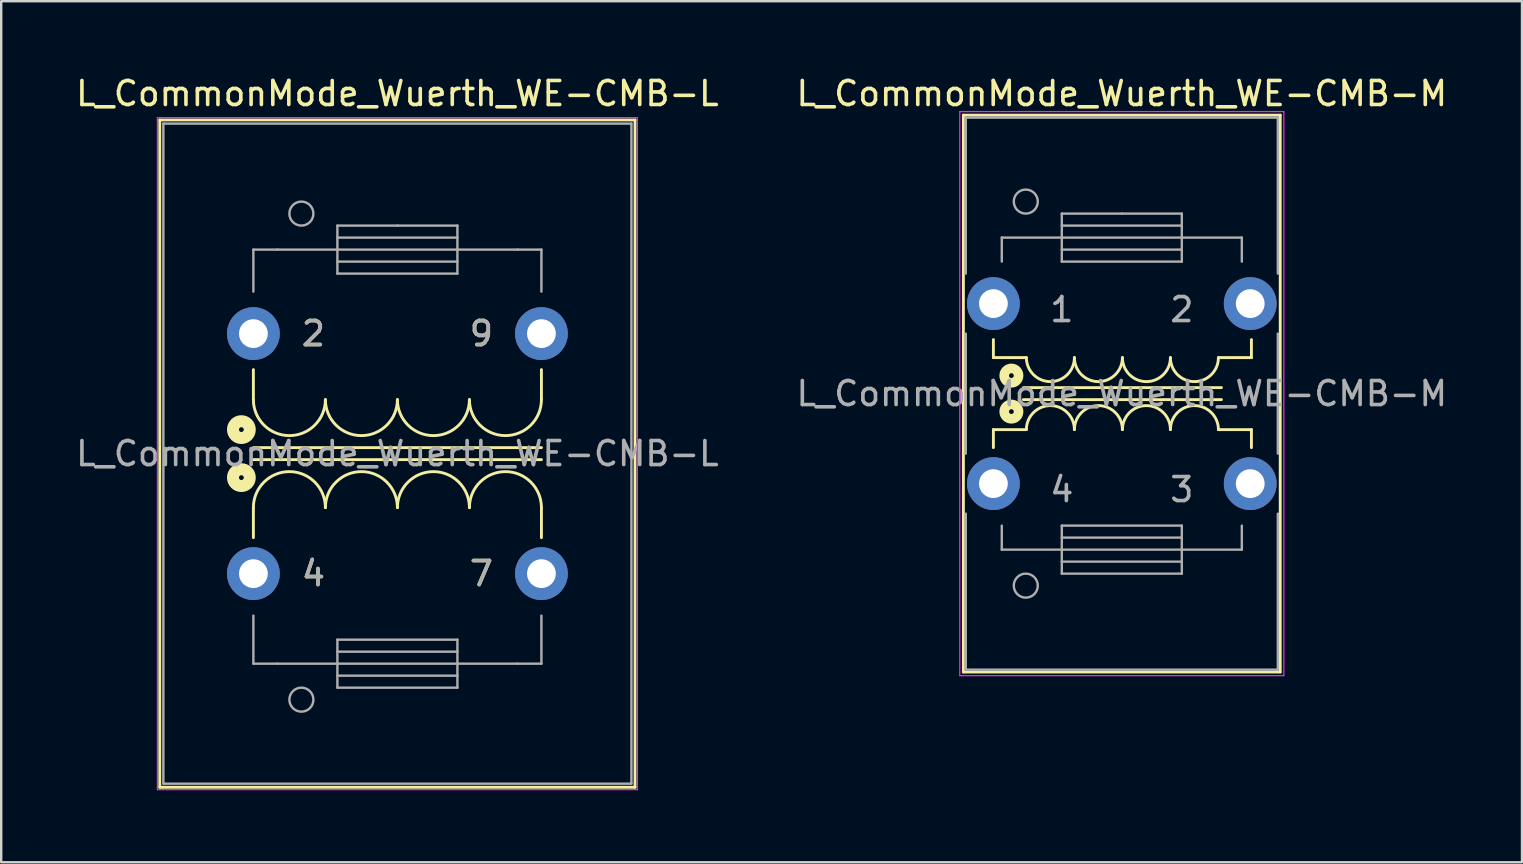
<source format=kicad_pcb>
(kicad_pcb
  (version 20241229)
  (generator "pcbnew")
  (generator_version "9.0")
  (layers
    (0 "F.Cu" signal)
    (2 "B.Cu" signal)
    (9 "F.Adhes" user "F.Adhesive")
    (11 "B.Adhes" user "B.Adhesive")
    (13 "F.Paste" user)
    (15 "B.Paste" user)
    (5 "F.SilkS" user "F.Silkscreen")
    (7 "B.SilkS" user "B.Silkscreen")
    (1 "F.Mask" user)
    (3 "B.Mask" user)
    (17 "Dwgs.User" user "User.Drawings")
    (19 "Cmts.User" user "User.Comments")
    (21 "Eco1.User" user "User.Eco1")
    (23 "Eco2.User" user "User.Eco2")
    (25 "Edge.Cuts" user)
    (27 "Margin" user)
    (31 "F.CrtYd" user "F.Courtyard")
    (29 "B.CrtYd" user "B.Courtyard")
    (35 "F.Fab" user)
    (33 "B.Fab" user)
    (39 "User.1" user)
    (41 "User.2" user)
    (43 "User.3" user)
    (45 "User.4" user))
  (footprint "L_CommonMode_Wuerth_WE-CMB-M"
    (layer "F.Cu")
    (at 38.335 9.598)
    (property "Reference" "L_CommonMode_Wuerth_WE-CMB-M" (at 5.35 -8.75 0) (layer "F.SilkS") (effects (font (size 1 1) (thickness 0.15))))
    (attr through_hole)
    (fp_line (start -1.25 -7.85) (end 11.95 -7.85) (stroke (width 0.12) (type solid)) (layer "F.SilkS"))
    (fp_line (start -1.25 15.35) (end -1.25 -7.85) (stroke (width 0.12) (type solid)) (layer "F.SilkS"))
    (fp_line (start 0 1.5) (end 0 2.25) (stroke (width 0.12) (type solid)) (layer "F.SilkS"))
    (fp_line (start 0 2.25) (end 1.375 2.25) (stroke (width 0.12) (type solid)) (layer "F.SilkS"))
    (fp_line (start 0 6) (end 0 5.25) (stroke (width 0.12) (type solid)) (layer "F.SilkS"))
    (fp_line (start 1.25 3.5) (end 9.5 3.5) (stroke (width 0.12) (type solid)) (layer "F.SilkS"))
    (fp_line (start 1.375 5.25) (end 0 5.25) (stroke (width 0.12) (type solid)) (layer "F.SilkS"))
    (fp_line (start 9.375 2.25) (end 10.75 2.25) (stroke (width 0.12) (type solid)) (layer "F.SilkS"))
    (fp_line (start 9.5 4) (end 1.25 4) (stroke (width 0.12) (type solid)) (layer "F.SilkS"))
    (fp_line (start 10.75 1.5) (end 10.75 2.25) (stroke (width 0.12) (type solid)) (layer "F.SilkS"))
    (fp_line (start 10.75 5.25) (end 9.375 5.25) (stroke (width 0.12) (type solid)) (layer "F.SilkS"))
    (fp_line (start 10.75 6) (end 10.75 5.25) (stroke (width 0.12) (type solid)) (layer "F.SilkS"))
    (fp_line (start 11.95 -7.85) (end 11.95 15.35) (stroke (width 0.12) (type solid)) (layer "F.SilkS"))
    (fp_line (start 11.95 15.35) (end -1.25 15.35) (stroke (width 0.12) (type solid)) (layer "F.SilkS"))
    (fp_arc (start 1.375 5.25) (mid 2.375 4.25) (end 3.375 5.25) (stroke (width 0.12) (type solid)) (layer "F.SilkS"))
    (fp_arc (start 3.375 2.25) (mid 2.375 3.25) (end 1.375 2.25) (stroke (width 0.12) (type solid)) (layer "F.SilkS"))
    (fp_arc (start 3.375 5.25) (mid 4.375 4.25) (end 5.375 5.25) (stroke (width 0.12) (type solid)) (layer "F.SilkS"))
    (fp_arc (start 5.375 2.25) (mid 4.375 3.25) (end 3.375 2.25) (stroke (width 0.12) (type solid)) (layer "F.SilkS"))
    (fp_arc (start 5.375 5.25) (mid 6.375 4.25) (end 7.375 5.25) (stroke (width 0.12) (type solid)) (layer "F.SilkS"))
    (fp_arc (start 7.375 2.25) (mid 6.375 3.25) (end 5.375 2.25) (stroke (width 0.12) (type solid)) (layer "F.SilkS"))
    (fp_arc (start 7.375 5.25) (mid 8.375 4.25) (end 9.375 5.25) (stroke (width 0.12) (type solid)) (layer "F.SilkS"))
    (fp_arc (start 9.375 2.25) (mid 8.375 3.25) (end 7.375 2.25) (stroke (width 0.12) (type solid)) (layer "F.SilkS"))
    (fp_circle (center 0.75 3) (end 0.85 3) (stroke (width 0.4) (type solid)) (fill no) (layer "F.SilkS"))
    (fp_circle (center 0.75 4.5) (end 0.85 4.5) (stroke (width 0.4) (type solid)) (fill no) (layer "F.SilkS"))
    (fp_line (start -1.4 -8) (end 12.1 -8) (stroke (width 0.05) (type solid)) (layer "F.CrtYd"))
    (fp_line (start -1.4 15.5) (end -1.4 -8) (stroke (width 0.05) (type solid)) (layer "F.CrtYd"))
    (fp_line (start 12.1 -8) (end 12.1 15.5) (stroke (width 0.05) (type solid)) (layer "F.CrtYd"))
    (fp_line (start 12.1 15.5) (end -1.4 15.5) (stroke (width 0.05) (type solid)) (layer "F.CrtYd"))
    (fp_line (start -1.15 -7.75) (end 11.85 -7.75) (stroke (width 0.1) (type solid)) (layer "F.Fab"))
    (fp_line (start -1.15 -1.25) (end -1.15 -7.75) (stroke (width 0.1) (type solid)) (layer "F.Fab"))
    (fp_line (start -1.15 6.25) (end -1.15 1.25) (stroke (width 0.1) (type solid)) (layer "F.Fab"))
    (fp_line (start -1.15 15.25) (end -1.15 8.75) (stroke (width 0.1) (type solid)) (layer "F.Fab"))
    (fp_line (start 0.35 -2.75) (end 0.35 -1.75) (stroke (width 0.1) (type solid)) (layer "F.Fab"))
    (fp_line (start 0.35 9.25) (end 0.35 10.25) (stroke (width 0.1) (type solid)) (layer "F.Fab"))
    (fp_line (start 0.35 10.25) (end 2.85 10.25) (stroke (width 0.1) (type solid)) (layer "F.Fab"))
    (fp_line (start 2.85 -3.75) (end 5.35 -3.75) (stroke (width 0.1) (type solid)) (layer "F.Fab"))
    (fp_line (start 2.85 -2.75) (end 0.35 -2.75) (stroke (width 0.1) (type solid)) (layer "F.Fab"))
    (fp_line (start 2.85 -2.75) (end 7.85 -2.75) (stroke (width 0.1) (type solid)) (layer "F.Fab"))
    (fp_line (start 2.85 -2.25) (end 7.85 -2.25) (stroke (width 0.1) (type solid)) (layer "F.Fab"))
    (fp_line (start 2.85 -1.75) (end 2.85 -3.75) (stroke (width 0.1) (type solid)) (layer "F.Fab"))
    (fp_line (start 2.85 9.25) (end 7.85 9.25) (stroke (width 0.1) (type solid)) (layer "F.Fab"))
    (fp_line (start 2.85 10.75) (end 7.85 10.75) (stroke (width 0.1) (type solid)) (layer "F.Fab"))
    (fp_line (start 2.85 11.25) (end 2.85 9.25) (stroke (width 0.1) (type solid)) (layer "F.Fab"))
    (fp_line (start 5.35 -3.75) (end 7.85 -3.75) (stroke (width 0.1) (type solid)) (layer "F.Fab"))
    (fp_line (start 7.85 -3.75) (end 7.85 -1.75) (stroke (width 0.1) (type solid)) (layer "F.Fab"))
    (fp_line (start 7.85 -3.25) (end 2.85 -3.25) (stroke (width 0.1) (type solid)) (layer "F.Fab"))
    (fp_line (start 7.85 -2.75) (end 10.35 -2.75) (stroke (width 0.1) (type solid)) (layer "F.Fab"))
    (fp_line (start 7.85 -1.75) (end 2.85 -1.75) (stroke (width 0.1) (type solid)) (layer "F.Fab"))
    (fp_line (start 7.85 9.25) (end 7.85 11.25) (stroke (width 0.1) (type solid)) (layer "F.Fab"))
    (fp_line (start 7.85 9.75) (end 2.85 9.75) (stroke (width 0.1) (type solid)) (layer "F.Fab"))
    (fp_line (start 7.85 10.25) (end 2.85 10.25) (stroke (width 0.1) (type solid)) (layer "F.Fab"))
    (fp_line (start 7.85 11.25) (end 2.85 11.25) (stroke (width 0.1) (type solid)) (layer "F.Fab"))
    (fp_line (start 10.35 -2.75) (end 10.35 -1.75) (stroke (width 0.1) (type solid)) (layer "F.Fab"))
    (fp_line (start 10.35 9.25) (end 10.35 10.25) (stroke (width 0.1) (type solid)) (layer "F.Fab"))
    (fp_line (start 10.35 10.25) (end 7.85 10.25) (stroke (width 0.1) (type solid)) (layer "F.Fab"))
    (fp_line (start 11.85 -7.75) (end 11.85 -1.25) (stroke (width 0.1) (type solid)) (layer "F.Fab"))
    (fp_line (start 11.85 1.25) (end 11.85 6.25) (stroke (width 0.1) (type solid)) (layer "F.Fab"))
    (fp_line (start 11.85 8.75) (end 11.85 15.25) (stroke (width 0.1) (type solid)) (layer "F.Fab"))
    (fp_line (start 11.85 15.25) (end -1.15 15.25) (stroke (width 0.1) (type solid)) (layer "F.Fab"))
    (fp_circle (center 1.35 -4.25) (end 1.85 -4.25) (stroke (width 0.1) (type solid)) (fill no) (layer "F.Fab"))
    (fp_circle (center 1.35 11.75) (end 1.85 11.75) (stroke (width 0.1) (type solid)) (fill no) (layer "F.Fab"))
    (fp_text user "4" (at 2.85 7.75 0) (layer "F.Fab") (effects (font (size 1 1) (thickness 0.15))))
    (fp_text user "${REFERENCE}" (at 5.35 3.75 0) (layer "F.Fab") (effects (font (size 1 1) (thickness 0.15))))
    (fp_text user "2" (at 7.85 0.25 0) (layer "F.Fab") (effects (font (size 1 1) (thickness 0.15))))
    (fp_text user "3" (at 7.85 7.75 0) (layer "F.Fab") (effects (font (size 1 1) (thickness 0.15))))
    (fp_text user "1" (at 2.85 0.25 0) (layer "F.Fab") (effects (font (size 1 1) (thickness 0.15))))
    (pad "1" thru_hole circle (at 0 0) (size 2.2 2.2) (drill 1.2) (layers "*.Cu" "*.Mask"))
    (pad "2" thru_hole circle (at 10.7 0) (size 2.2 2.2) (drill 1.2) (layers "*.Cu" "*.Mask"))
    (pad "3" thru_hole circle (at 10.7 7.5) (size 2.2 2.2) (drill 1.2) (layers "*.Cu" "*.Mask"))
    (pad "4" thru_hole circle (at 0 7.5) (size 2.2 2.2) (drill 1.2) (layers "*.Cu" "*.Mask")))
  (footprint "L_CommonMode_Wuerth_WE-CMB-L"
    (layer "F.Cu")
    (at 7.506 10.848)
    (property "Reference" "L_CommonMode_Wuerth_WE-CMB-L" (at 6 -10 0) (layer "F.SilkS") (effects (font (size 1 1) (thickness 0.15))))
    (attr through_hole)
    (fp_line (start -3.9 18.9) (end -3.9 -8.9) (stroke (width 0.12) (type solid)) (layer "F.SilkS"))
    (fp_line (start -3.9 18.9) (end 15.9 18.9) (stroke (width 0.12) (type solid)) (layer "F.SilkS"))
    (fp_line (start 0 2.75) (end 0 1.5) (stroke (width 0.12) (type solid)) (layer "F.SilkS"))
    (fp_line (start 0 4.75) (end 12 4.75) (stroke (width 0.12) (type solid)) (layer "F.SilkS"))
    (fp_line (start 0 7.25) (end 0 8.5) (stroke (width 0.12) (type solid)) (layer "F.SilkS"))
    (fp_line (start 12 2.75) (end 12 1.5) (stroke (width 0.12) (type solid)) (layer "F.SilkS"))
    (fp_line (start 12 5.25) (end 0 5.25) (stroke (width 0.12) (type solid)) (layer "F.SilkS"))
    (fp_line (start 12 7.25) (end 12 8.5) (stroke (width 0.12) (type solid)) (layer "F.SilkS"))
    (fp_line (start 15.9 -8.9) (end -3.9 -8.9) (stroke (width 0.12) (type solid)) (layer "F.SilkS"))
    (fp_line (start 15.9 18.9) (end 15.9 -8.9) (stroke (width 0.12) (type solid)) (layer "F.SilkS"))
    (fp_arc (start 0 7.25) (mid 1.5 5.75) (end 3 7.25) (stroke (width 0.12) (type solid)) (layer "F.SilkS"))
    (fp_arc (start 3 2.75) (mid 1.5 4.25) (end 0 2.75) (stroke (width 0.12) (type solid)) (layer "F.SilkS"))
    (fp_arc (start 3 7.25) (mid 4.5 5.75) (end 6 7.25) (stroke (width 0.12) (type solid)) (layer "F.SilkS"))
    (fp_arc (start 6 2.75) (mid 4.5 4.25) (end 3 2.75) (stroke (width 0.12) (type solid)) (layer "F.SilkS"))
    (fp_arc (start 6 7.25) (mid 7.5 5.75) (end 9 7.25) (stroke (width 0.12) (type solid)) (layer "F.SilkS"))
    (fp_arc (start 9 2.75) (mid 7.5 4.25) (end 6 2.75) (stroke (width 0.12) (type solid)) (layer "F.SilkS"))
    (fp_arc (start 9 7.25) (mid 10.5 5.75) (end 12 7.25) (stroke (width 0.12) (type solid)) (layer "F.SilkS"))
    (fp_arc (start 12 2.75) (mid 10.5 4.25) (end 9 2.75) (stroke (width 0.12) (type solid)) (layer "F.SilkS"))
    (fp_circle (center -0.5 4) (end -0.4 4) (stroke (width 0.5) (type solid)) (fill no) (layer "F.SilkS"))
    (fp_circle (center -0.5 6) (end -0.4 6) (stroke (width 0.5) (type solid)) (fill no) (layer "F.SilkS"))
    (fp_line (start -4 -9) (end -4 19) (stroke (width 0.05) (type solid)) (layer "F.CrtYd"))
    (fp_line (start -4 19) (end 16 19) (stroke (width 0.05) (type solid)) (layer "F.CrtYd"))
    (fp_line (start 16 -9) (end -4 -9) (stroke (width 0.05) (type solid)) (layer "F.CrtYd"))
    (fp_line (start 16 19) (end 16 -9) (stroke (width 0.05) (type solid)) (layer "F.CrtYd"))
    (fp_line (start -3.75 -8.75) (end -3.75 18.75) (stroke (width 0.1) (type solid)) (layer "F.Fab"))
    (fp_line (start 0 -3.5) (end 0 -1.75) (stroke (width 0.1) (type solid)) (layer "F.Fab"))
    (fp_line (start 0 13.75) (end 0 11.75) (stroke (width 0.1) (type solid)) (layer "F.Fab"))
    (fp_line (start 1 -3.5) (end 0 -3.5) (stroke (width 0.1) (type solid)) (layer "F.Fab"))
    (fp_line (start 1 13.75) (end 0 13.75) (stroke (width 0.1) (type solid)) (layer "F.Fab"))
    (fp_line (start 1 13.75) (end 3.5 13.75) (stroke (width 0.1) (type solid)) (layer "F.Fab"))
    (fp_line (start 3.5 -4.5) (end 6 -4.5) (stroke (width 0.1) (type solid)) (layer "F.Fab"))
    (fp_line (start 3.5 -3.5) (end 1 -3.5) (stroke (width 0.1) (type solid)) (layer "F.Fab"))
    (fp_line (start 3.5 -3.5) (end 8.5 -3.5) (stroke (width 0.1) (type solid)) (layer "F.Fab"))
    (fp_line (start 3.5 -3) (end 8.5 -3) (stroke (width 0.1) (type solid)) (layer "F.Fab"))
    (fp_line (start 3.5 -2.5) (end 3.5 -4.5) (stroke (width 0.1) (type solid)) (layer "F.Fab"))
    (fp_line (start 3.5 12.75) (end 8.5 12.75) (stroke (width 0.1) (type solid)) (layer "F.Fab"))
    (fp_line (start 3.5 14.25) (end 8.5 14.25) (stroke (width 0.1) (type solid)) (layer "F.Fab"))
    (fp_line (start 3.5 14.75) (end 3.5 12.75) (stroke (width 0.1) (type solid)) (layer "F.Fab"))
    (fp_line (start 6 -4.5) (end 8.5 -4.5) (stroke (width 0.1) (type solid)) (layer "F.Fab"))
    (fp_line (start 8.5 -4.5) (end 8.5 -2.5) (stroke (width 0.1) (type solid)) (layer "F.Fab"))
    (fp_line (start 8.5 -4) (end 3.5 -4) (stroke (width 0.1) (type solid)) (layer "F.Fab"))
    (fp_line (start 8.5 -3.5) (end 11 -3.5) (stroke (width 0.1) (type solid)) (layer "F.Fab"))
    (fp_line (start 8.5 -2.5) (end 3.5 -2.5) (stroke (width 0.1) (type solid)) (layer "F.Fab"))
    (fp_line (start 8.5 12.75) (end 8.5 14.75) (stroke (width 0.1) (type solid)) (layer "F.Fab"))
    (fp_line (start 8.5 13.25) (end 3.5 13.25) (stroke (width 0.1) (type solid)) (layer "F.Fab"))
    (fp_line (start 8.5 13.75) (end 3.5 13.75) (stroke (width 0.1) (type solid)) (layer "F.Fab"))
    (fp_line (start 8.5 14.75) (end 3.5 14.75) (stroke (width 0.1) (type solid)) (layer "F.Fab"))
    (fp_line (start 11 -3.5) (end 12 -3.5) (stroke (width 0.1) (type solid)) (layer "F.Fab"))
    (fp_line (start 11 13.75) (end 8.5 13.75) (stroke (width 0.1) (type solid)) (layer "F.Fab"))
    (fp_line (start 11 13.75) (end 12 13.75) (stroke (width 0.1) (type solid)) (layer "F.Fab"))
    (fp_line (start 12 -3.5) (end 12 -1.75) (stroke (width 0.1) (type solid)) (layer "F.Fab"))
    (fp_line (start 12 13.75) (end 12 11.75) (stroke (width 0.1) (type solid)) (layer "F.Fab"))
    (fp_line (start 15.75 -8.75) (end -3.75 -8.75) (stroke (width 0.1) (type solid)) (layer "F.Fab"))
    (fp_line (start 15.75 -8.75) (end 15.75 18.75) (stroke (width 0.1) (type solid)) (layer "F.Fab"))
    (fp_line (start 15.75 18.75) (end -3.75 18.75) (stroke (width 0.1) (type solid)) (layer "F.Fab"))
    (fp_circle (center 2 -5) (end 2.5 -5) (stroke (width 0.1) (type solid)) (fill no) (layer "F.Fab"))
    (fp_circle (center 2 15.25) (end 2.5 15.25) (stroke (width 0.1) (type solid)) (fill no) (layer "F.Fab"))
    (fp_text user "2" (at 2.5 0 0) (layer "F.SilkS") (effects (font (size 1 1) (thickness 0.15))))
    (fp_text user "4" (at 2.5 10 0) (layer "F.SilkS") (effects (font (size 1 1) (thickness 0.15))))
    (fp_text user "9" (at 9.5 0 0) (layer "F.SilkS") (effects (font (size 1 1) (thickness 0.15))))
    (fp_text user "7" (at 9.5 10 0) (layer "F.SilkS") (effects (font (size 1 1) (thickness 0.15))))
    (fp_text user "9" (at 9.5 0 0) (layer "F.Fab") (effects (font (size 1 1) (thickness 0.15))))
    (fp_text user "2" (at 2.5 0 0) (layer "F.Fab") (effects (font (size 1 1) (thickness 0.15))))
    (fp_text user "7" (at 9.5 10 0) (layer "F.Fab") (effects (font (size 1 1) (thickness 0.15))))
    (fp_text user "4" (at 2.5 10 0) (layer "F.Fab") (effects (font (size 1 1) (thickness 0.15))))
    (fp_text user "${REFERENCE}" (at 6 5 0) (layer "F.Fab") (effects (font (size 1 1) (thickness 0.15))))
    (pad "2" thru_hole circle (at 0 0) (size 2.2 2.2) (drill 1.2) (layers "*.Cu" "*.Mask"))
    (pad "4" thru_hole circle (at 0 10) (size 2.2 2.2) (drill 1.2) (layers "*.Cu" "*.Mask"))
    (pad "7" thru_hole circle (at 12 10) (size 2.2 2.2) (drill 1.2) (layers "*.Cu" "*.Mask"))
    (pad "9" thru_hole circle (at 12 0) (size 2.2 2.2) (drill 1.2) (layers "*.Cu" "*.Mask")))
  (gr_rect
    (start -3 -3)
    (end 60.357 32.873)
    (stroke (width 0.1) (type default))
    (fill no)
    (layer "Edge.Cuts")))
</source>
